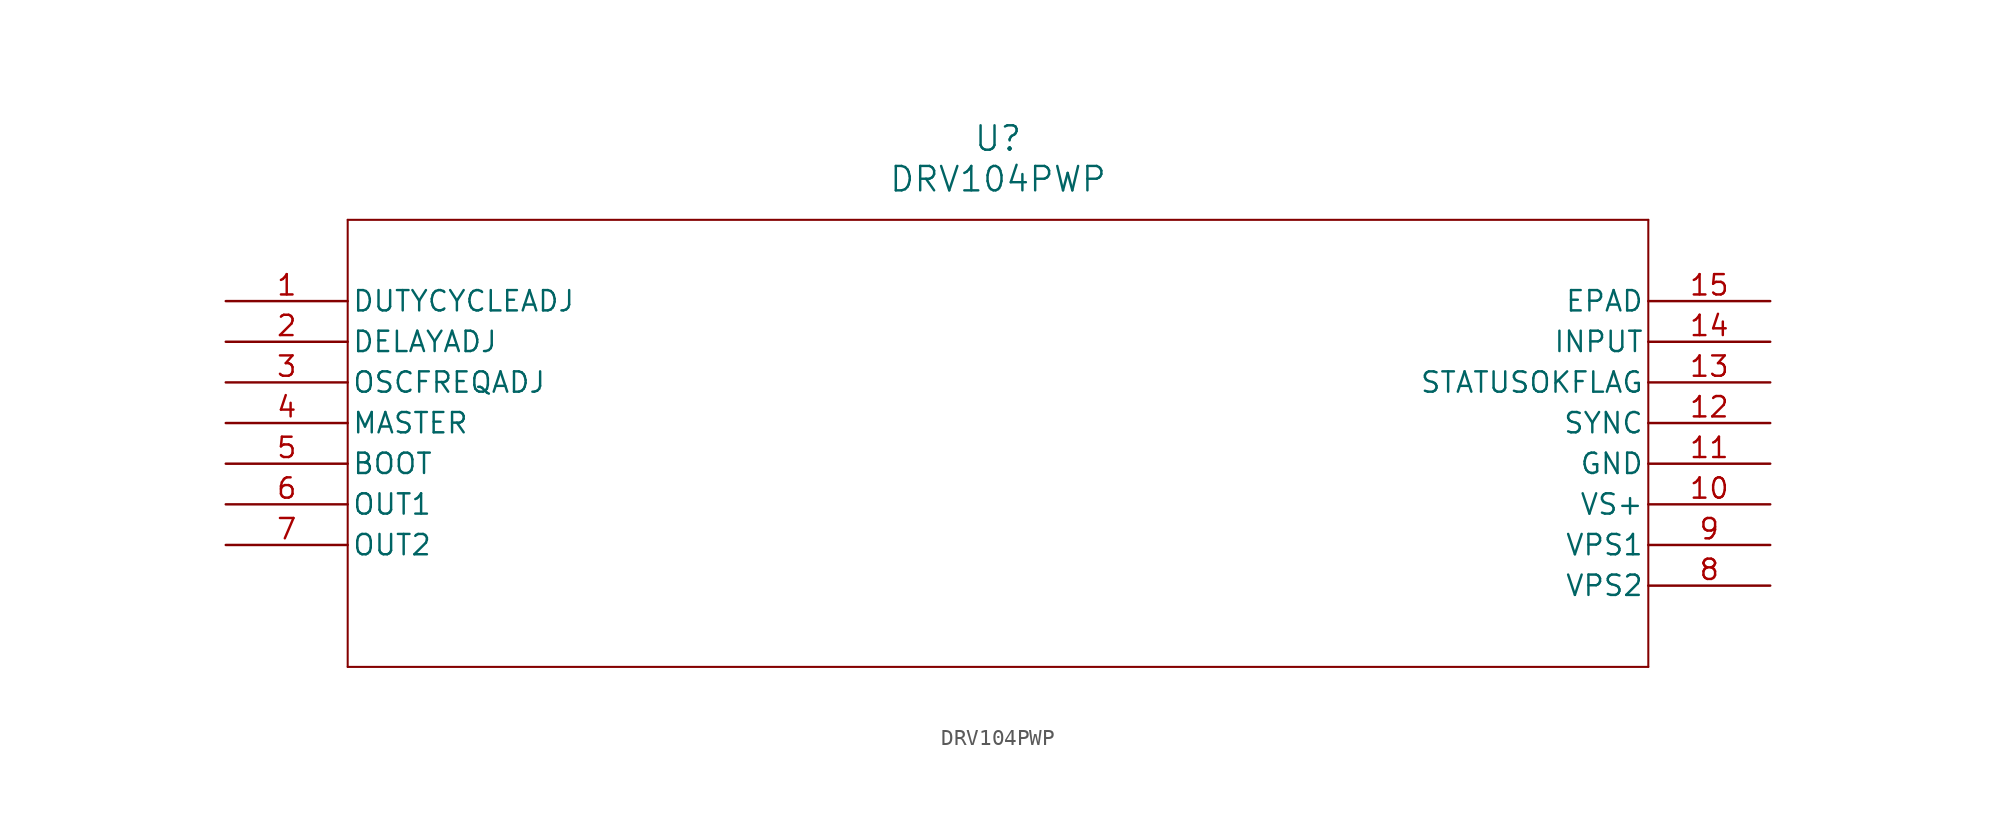
<source format=kicad_sym>
(kicad_symbol_lib
  (version 20211014)
  (generator kicad_symbol_editor)
  (symbol "DRV104PWP"
    (pin_names
      (offset 0.254))
    (property "Reference" "U"
      (at 48.26 10.16 0)
      (effects (font (size 1.524 1.524))))
    (property "Value" "DRV104PWP"
      (at 48.26 7.62 0)
      (effects (font (size 1.524 1.524))))
    (symbol "DRV104PWP_0_1"
      (polyline (pts (xy 7.62 5.08) (xy 7.62 -22.86)) (stroke (width 0.127) (type default) (color 0 0 0 0)) (fill (type none)))
      (polyline (pts (xy 7.62 -22.86) (xy 88.9 -22.86)) (stroke (width 0.127) (type default) (color 0 0 0 0)) (fill (type none)))
      (polyline (pts (xy 88.9 -22.86) (xy 88.9 5.08)) (stroke (width 0.127) (type default) (color 0 0 0 0)) (fill (type none)))
      (polyline (pts (xy 88.9 5.08) (xy 7.62 5.08)) (stroke (width 0.127) (type default) (color 0 0 0 0)) (fill (type none)))
      (pin input line (at 0 0 0) (length 7.62) (name "DUTYCYCLEADJ" (effects (font (size 1.27 1.27)))) (number "1" (effects (font (size 1.27 1.27)))))
      (pin output line (at 0 -2.54 0) (length 7.62) (name "DELAYADJ" (effects (font (size 1.27 1.27)))) (number "2" (effects (font (size 1.27 1.27)))))
      (pin unspecified line (at 0 -5.08 0) (length 7.62) (name "OSCFREQADJ" (effects (font (size 1.27 1.27)))) (number "3" (effects (font (size 1.27 1.27)))))
      (pin unspecified line (at 0 -7.62 0) (length 7.62) (name "MASTER" (effects (font (size 1.27 1.27)))) (number "4" (effects (font (size 1.27 1.27)))))
      (pin output line (at 0 -10.16 0) (length 7.62) (name "BOOT" (effects (font (size 1.27 1.27)))) (number "5" (effects (font (size 1.27 1.27)))))
      (pin output line (at 0 -12.7 0) (length 7.62) (name "OUT1" (effects (font (size 1.27 1.27)))) (number "6" (effects (font (size 1.27 1.27)))))
      (pin output line (at 0 -15.24 0) (length 7.62) (name "OUT2" (effects (font (size 1.27 1.27)))) (number "7" (effects (font (size 1.27 1.27)))))
      (pin power_in line (at 96.52 -17.78 180) (length 7.62) (name "VPS2" (effects (font (size 1.27 1.27)))) (number "8" (effects (font (size 1.27 1.27)))))
      (pin power_in line (at 96.52 -15.24 180) (length 7.62) (name "VPS1" (effects (font (size 1.27 1.27)))) (number "9" (effects (font (size 1.27 1.27)))))
      (pin power_in line (at 96.52 -12.7 180) (length 7.62) (name "VS+" (effects (font (size 1.27 1.27)))) (number "10" (effects (font (size 1.27 1.27)))))
      (pin power_in line (at 96.52 -10.16 180) (length 7.62) (name "GND" (effects (font (size 1.27 1.27)))) (number "11" (effects (font (size 1.27 1.27)))))
      (pin output line (at 96.52 -7.62 180) (length 7.62) (name "SYNC" (effects (font (size 1.27 1.27)))) (number "12" (effects (font (size 1.27 1.27)))))
      (pin unspecified line (at 96.52 -5.08 180) (length 7.62) (name "STATUSOKFLAG" (effects (font (size 1.27 1.27)))) (number "13" (effects (font (size 1.27 1.27)))))
      (pin input line (at 96.52 -2.54 180) (length 7.62) (name "INPUT" (effects (font (size 1.27 1.27)))) (number "14" (effects (font (size 1.27 1.27)))))
      (pin unspecified line (at 96.52 0 180) (length 7.62) (name "EPAD" (effects (font (size 1.27 1.27)))) (number "15" (effects (font (size 1.27 1.27))))))))
</source>
